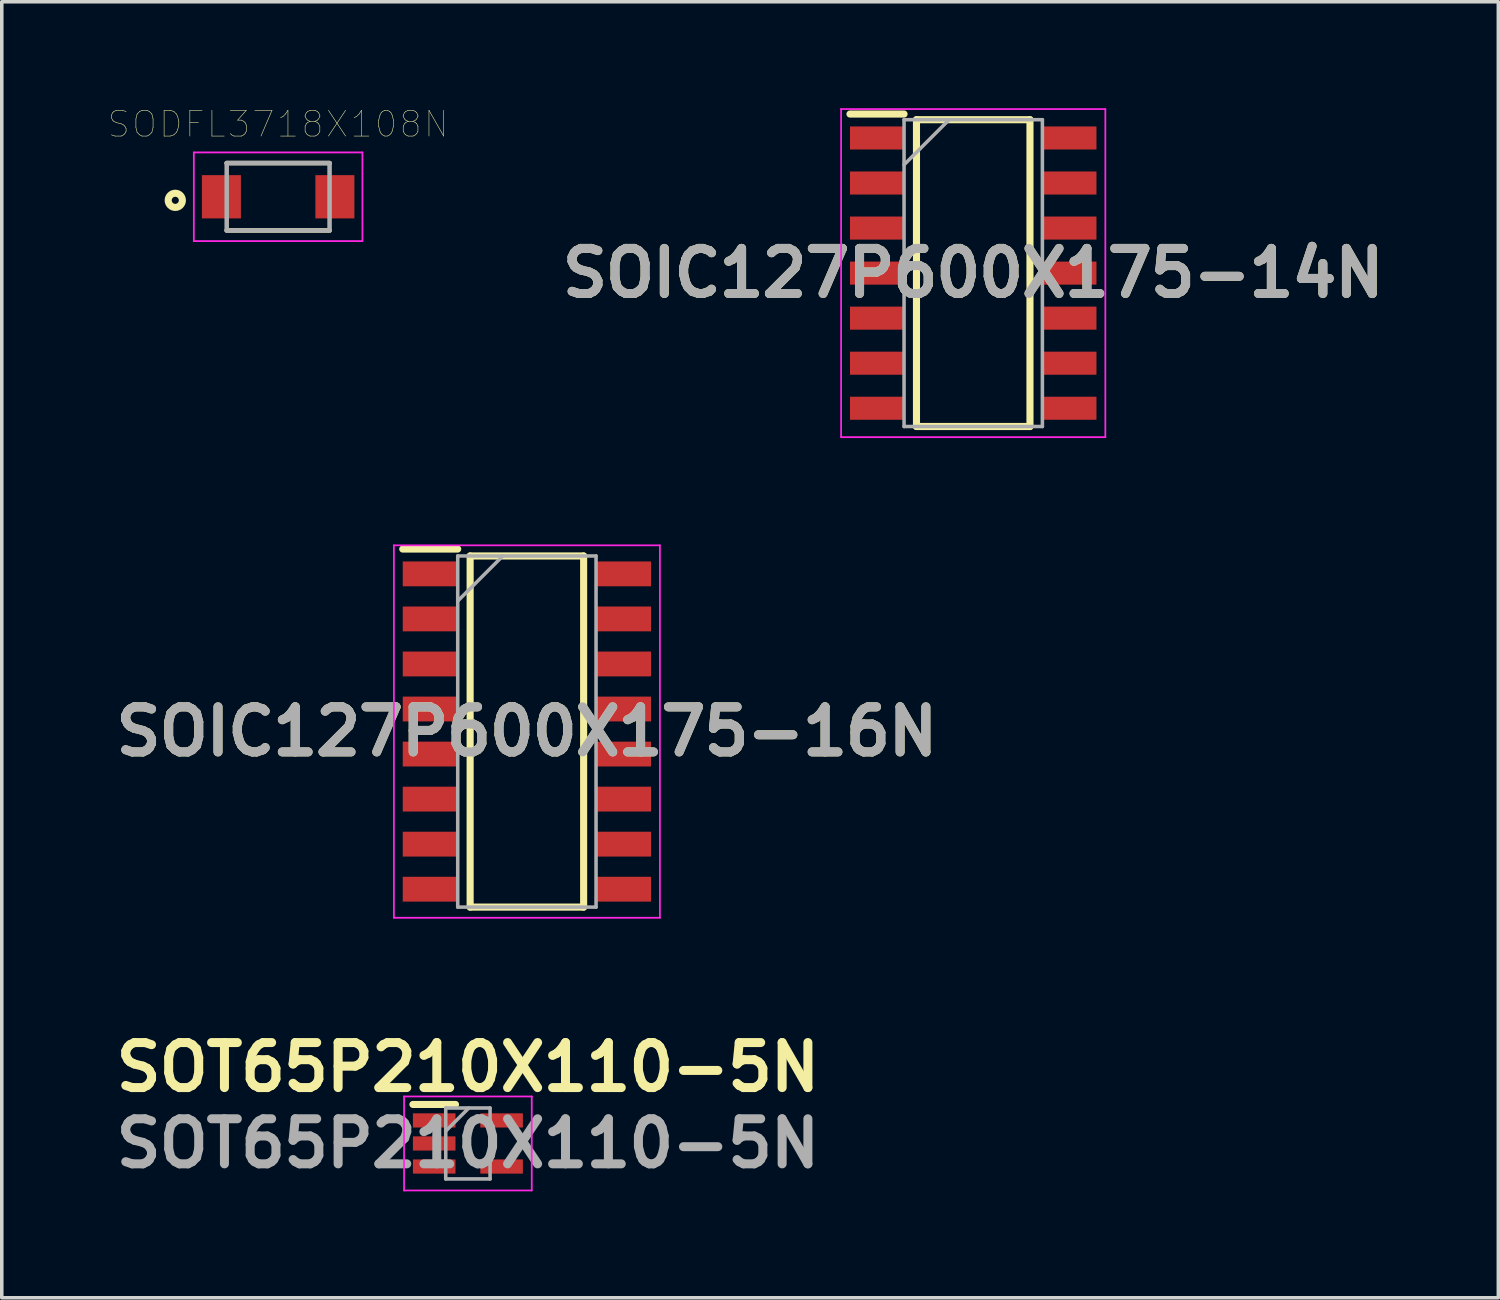
<source format=kicad_pcb>
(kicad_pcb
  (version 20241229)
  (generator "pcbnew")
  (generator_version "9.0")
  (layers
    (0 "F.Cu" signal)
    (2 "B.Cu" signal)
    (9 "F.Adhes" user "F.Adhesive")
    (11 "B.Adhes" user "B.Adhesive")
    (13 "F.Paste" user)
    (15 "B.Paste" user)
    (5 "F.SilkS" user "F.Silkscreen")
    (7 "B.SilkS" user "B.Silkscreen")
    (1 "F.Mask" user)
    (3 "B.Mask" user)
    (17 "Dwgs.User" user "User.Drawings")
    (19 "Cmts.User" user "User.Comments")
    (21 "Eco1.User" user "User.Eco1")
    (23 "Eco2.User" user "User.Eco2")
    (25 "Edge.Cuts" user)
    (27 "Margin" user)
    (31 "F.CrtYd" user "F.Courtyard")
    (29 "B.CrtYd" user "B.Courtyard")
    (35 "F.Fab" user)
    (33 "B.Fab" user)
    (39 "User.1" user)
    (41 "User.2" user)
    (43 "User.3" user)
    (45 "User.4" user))
  (footprint "SOIC127P600X175-16N"
    (layer "F.Cu")
    (at 11.805 17.575)
    (property "Reference" "SOIC127P600X175-16N" (at 0 0 0) (layer "F.SilkS") (effects (font (size 1.27 1.27) (thickness 0.254))))
    (attr smd)
    (fp_line (start -3.5 -5.145) (end -1.95 -5.145) (stroke (width 0.2) (type solid)) (layer "F.SilkS"))
    (fp_line (start -1.6 -4.95) (end 1.6 -4.95) (stroke (width 0.2) (type solid)) (layer "F.SilkS"))
    (fp_line (start -1.6 4.95) (end -1.6 -4.95) (stroke (width 0.2) (type solid)) (layer "F.SilkS"))
    (fp_line (start 1.6 -4.95) (end 1.6 4.95) (stroke (width 0.2) (type solid)) (layer "F.SilkS"))
    (fp_line (start 1.6 4.95) (end -1.6 4.95) (stroke (width 0.2) (type solid)) (layer "F.SilkS"))
    (fp_line (start -3.75 -5.25) (end 3.75 -5.25) (stroke (width 0.05) (type solid)) (layer "F.CrtYd"))
    (fp_line (start -3.75 5.25) (end -3.75 -5.25) (stroke (width 0.05) (type solid)) (layer "F.CrtYd"))
    (fp_line (start 3.75 -5.25) (end 3.75 5.25) (stroke (width 0.05) (type solid)) (layer "F.CrtYd"))
    (fp_line (start 3.75 5.25) (end -3.75 5.25) (stroke (width 0.05) (type solid)) (layer "F.CrtYd"))
    (fp_line (start -1.95 -4.95) (end 1.95 -4.95) (stroke (width 0.1) (type solid)) (layer "F.Fab"))
    (fp_line (start -1.95 -3.68) (end -0.68 -4.95) (stroke (width 0.1) (type solid)) (layer "F.Fab"))
    (fp_line (start -1.95 4.95) (end -1.95 -4.95) (stroke (width 0.1) (type solid)) (layer "F.Fab"))
    (fp_line (start 1.95 -4.95) (end 1.95 4.95) (stroke (width 0.1) (type solid)) (layer "F.Fab"))
    (fp_line (start 1.95 4.95) (end -1.95 4.95) (stroke (width 0.1) (type solid)) (layer "F.Fab"))
    (fp_text user "${REFERENCE}" (at 0 0 0) (layer "F.Fab") (effects (font (size 1.27 1.27) (thickness 0.254))))
    (pad "1" smd rect (at -2.725 -4.445 90) (size 0.7 1.55) (layers "F.Cu" "F.Mask" "F.Paste"))
    (pad "2" smd rect (at -2.725 -3.175 90) (size 0.7 1.55) (layers "F.Cu" "F.Mask" "F.Paste"))
    (pad "3" smd rect (at -2.725 -1.905 90) (size 0.7 1.55) (layers "F.Cu" "F.Mask" "F.Paste"))
    (pad "4" smd rect (at -2.725 -0.635 90) (size 0.7 1.55) (layers "F.Cu" "F.Mask" "F.Paste"))
    (pad "5" smd rect (at -2.725 0.635 90) (size 0.7 1.55) (layers "F.Cu" "F.Mask" "F.Paste"))
    (pad "6" smd rect (at -2.725 1.905 90) (size 0.7 1.55) (layers "F.Cu" "F.Mask" "F.Paste"))
    (pad "7" smd rect (at -2.725 3.175 90) (size 0.7 1.55) (layers "F.Cu" "F.Mask" "F.Paste"))
    (pad "8" smd rect (at -2.725 4.445 90) (size 0.7 1.55) (layers "F.Cu" "F.Mask" "F.Paste"))
    (pad "9" smd rect (at 2.725 4.445 90) (size 0.7 1.55) (layers "F.Cu" "F.Mask" "F.Paste"))
    (pad "10" smd rect (at 2.725 3.175 90) (size 0.7 1.55) (layers "F.Cu" "F.Mask" "F.Paste"))
    (pad "11" smd rect (at 2.725 1.905 90) (size 0.7 1.55) (layers "F.Cu" "F.Mask" "F.Paste"))
    (pad "12" smd rect (at 2.725 0.635 90) (size 0.7 1.55) (layers "F.Cu" "F.Mask" "F.Paste"))
    (pad "13" smd rect (at 2.725 -0.635 90) (size 0.7 1.55) (layers "F.Cu" "F.Mask" "F.Paste"))
    (pad "14" smd rect (at 2.725 -1.905 90) (size 0.7 1.55) (layers "F.Cu" "F.Mask" "F.Paste"))
    (pad "15" smd rect (at 2.725 -3.175 90) (size 0.7 1.55) (layers "F.Cu" "F.Mask" "F.Paste"))
    (pad "16" smd rect (at 2.725 -4.445 90) (size 0.7 1.55) (layers "F.Cu" "F.Mask" "F.Paste")))
  (footprint "SOT65P210X110-5N"
    (layer "F.Cu")
    (at 10.142 29.189)
    (property "Reference" "SOT65P210X110-5N" (at 0 -2.15 0) (layer "F.SilkS") (effects (font (size 1.27 1.27) (thickness 0.254))))
    (attr smd)
    (fp_line (start -1.55 -1.1) (end -0.35 -1.1) (stroke (width 0.2) (type solid)) (layer "F.SilkS"))
    (fp_line (start -1.8 -1.325) (end 1.8 -1.325) (stroke (width 0.05) (type solid)) (layer "F.CrtYd"))
    (fp_line (start -1.8 1.325) (end -1.8 -1.325) (stroke (width 0.05) (type solid)) (layer "F.CrtYd"))
    (fp_line (start 1.8 -1.325) (end 1.8 1.325) (stroke (width 0.05) (type solid)) (layer "F.CrtYd"))
    (fp_line (start 1.8 1.325) (end -1.8 1.325) (stroke (width 0.05) (type solid)) (layer "F.CrtYd"))
    (fp_line (start -0.625 -1) (end 0.625 -1) (stroke (width 0.1) (type solid)) (layer "F.Fab"))
    (fp_line (start -0.625 -0.35) (end 0.025 -1) (stroke (width 0.1) (type solid)) (layer "F.Fab"))
    (fp_line (start -0.625 1) (end -0.625 -1) (stroke (width 0.1) (type solid)) (layer "F.Fab"))
    (fp_line (start 0.625 -1) (end 0.625 1) (stroke (width 0.1) (type solid)) (layer "F.Fab"))
    (fp_line (start 0.625 1) (end -0.625 1) (stroke (width 0.1) (type solid)) (layer "F.Fab"))
    (fp_text user "${REFERENCE}" (at 0 0 0) (layer "F.Fab") (effects (font (size 1.27 1.27) (thickness 0.254))))
    (pad "1" smd rect (at -0.95 -0.65 90) (size 0.4 1.2) (layers "F.Cu" "F.Mask" "F.Paste"))
    (pad "2" smd rect (at -0.95 0 90) (size 0.4 1.2) (layers "F.Cu" "F.Mask" "F.Paste"))
    (pad "3" smd rect (at -0.95 0.65 90) (size 0.4 1.2) (layers "F.Cu" "F.Mask" "F.Paste"))
    (pad "4" smd rect (at 0.95 0.65 90) (size 0.4 1.2) (layers "F.Cu" "F.Mask" "F.Paste"))
    (pad "5" smd rect (at 0.95 -0.65 90) (size 0.4 1.2) (layers "F.Cu" "F.Mask" "F.Paste")))
  (footprint "SOIC127P600X175-14N"
    (layer "F.Cu")
    (at 24.389 4.65)
    (property "Reference" "SOIC127P600X175-14N" (at 0 0 0) (layer "F.SilkS") (effects (font (size 1.27 1.27) (thickness 0.254))))
    (attr smd)
    (fp_line (start -3.475 -4.485) (end -1.95 -4.485) (stroke (width 0.2) (type solid)) (layer "F.SilkS"))
    (fp_line (start -1.6 -4.325) (end 1.6 -4.325) (stroke (width 0.2) (type solid)) (layer "F.SilkS"))
    (fp_line (start -1.6 4.325) (end -1.6 -4.325) (stroke (width 0.2) (type solid)) (layer "F.SilkS"))
    (fp_line (start 1.6 -4.325) (end 1.6 4.325) (stroke (width 0.2) (type solid)) (layer "F.SilkS"))
    (fp_line (start 1.6 4.325) (end -1.6 4.325) (stroke (width 0.2) (type solid)) (layer "F.SilkS"))
    (fp_line (start -3.725 -4.625) (end 3.725 -4.625) (stroke (width 0.05) (type solid)) (layer "F.CrtYd"))
    (fp_line (start -3.725 4.625) (end -3.725 -4.625) (stroke (width 0.05) (type solid)) (layer "F.CrtYd"))
    (fp_line (start 3.725 -4.625) (end 3.725 4.625) (stroke (width 0.05) (type solid)) (layer "F.CrtYd"))
    (fp_line (start 3.725 4.625) (end -3.725 4.625) (stroke (width 0.05) (type solid)) (layer "F.CrtYd"))
    (fp_line (start -1.95 -4.325) (end 1.95 -4.325) (stroke (width 0.1) (type solid)) (layer "F.Fab"))
    (fp_line (start -1.95 -3.055) (end -0.68 -4.325) (stroke (width 0.1) (type solid)) (layer "F.Fab"))
    (fp_line (start -1.95 4.325) (end -1.95 -4.325) (stroke (width 0.1) (type solid)) (layer "F.Fab"))
    (fp_line (start 1.95 -4.325) (end 1.95 4.325) (stroke (width 0.1) (type solid)) (layer "F.Fab"))
    (fp_line (start 1.95 4.325) (end -1.95 4.325) (stroke (width 0.1) (type solid)) (layer "F.Fab"))
    (fp_text user "${REFERENCE}" (at 0 0 0) (layer "F.Fab") (effects (font (size 1.27 1.27) (thickness 0.254))))
    (pad "1" smd rect (at -2.712 -3.81 90) (size 0.65 1.525) (layers "F.Cu" "F.Mask" "F.Paste"))
    (pad "2" smd rect (at -2.712 -2.54 90) (size 0.65 1.525) (layers "F.Cu" "F.Mask" "F.Paste"))
    (pad "3" smd rect (at -2.712 -1.27 90) (size 0.65 1.525) (layers "F.Cu" "F.Mask" "F.Paste"))
    (pad "4" smd rect (at -2.712 0 90) (size 0.65 1.525) (layers "F.Cu" "F.Mask" "F.Paste"))
    (pad "5" smd rect (at -2.712 1.27 90) (size 0.65 1.525) (layers "F.Cu" "F.Mask" "F.Paste"))
    (pad "6" smd rect (at -2.712 2.54 90) (size 0.65 1.525) (layers "F.Cu" "F.Mask" "F.Paste"))
    (pad "7" smd rect (at -2.712 3.81 90) (size 0.65 1.525) (layers "F.Cu" "F.Mask" "F.Paste"))
    (pad "8" smd rect (at 2.712 3.81 90) (size 0.65 1.525) (layers "F.Cu" "F.Mask" "F.Paste"))
    (pad "9" smd rect (at 2.712 2.54 90) (size 0.65 1.525) (layers "F.Cu" "F.Mask" "F.Paste"))
    (pad "10" smd rect (at 2.712 1.27 90) (size 0.65 1.525) (layers "F.Cu" "F.Mask" "F.Paste"))
    (pad "11" smd rect (at 2.712 0 90) (size 0.65 1.525) (layers "F.Cu" "F.Mask" "F.Paste"))
    (pad "12" smd rect (at 2.712 -1.27 90) (size 0.65 1.525) (layers "F.Cu" "F.Mask" "F.Paste"))
    (pad "13" smd rect (at 2.712 -2.54 90) (size 0.65 1.525) (layers "F.Cu" "F.Mask" "F.Paste"))
    (pad "14" smd rect (at 2.712 -3.81 90) (size 0.65 1.525) (layers "F.Cu" "F.Mask" "F.Paste")))
  (footprint "SODFL3718X108N"
    (layer "F.Cu")
    (at 4.792 2.498)
    (property "Reference" "SODFL3718X108N" (at -0.00006 -2.047 0) (layer "F.SilkS") (effects (font (size 0.726 0.726) (thickness 0.015))))
    (attr through_hole)
    (fp_line (start -1.45 -0.95) (end 1.45 -0.95) (stroke (width 0.127) (type solid)) (layer "F.SilkS"))
    (fp_line (start 1.45 0.95) (end -1.45 0.95) (stroke (width 0.127) (type solid)) (layer "F.SilkS"))
    (fp_circle (center -2.9 0.1) (end -2.7 0.1) (stroke (width 0.2) (type solid)) (fill no) (layer "F.SilkS"))
    (fp_line (start -2.377 -1.25) (end -2.377 1.25) (stroke (width 0.05) (type solid)) (layer "F.CrtYd"))
    (fp_line (start -2.377 1.25) (end 2.377 1.25) (stroke (width 0.05) (type solid)) (layer "F.CrtYd"))
    (fp_line (start 2.377 -1.25) (end -2.377 -1.25) (stroke (width 0.05) (type solid)) (layer "F.CrtYd"))
    (fp_line (start 2.377 1.25) (end 2.377 -1.25) (stroke (width 0.05) (type solid)) (layer "F.CrtYd"))
    (fp_line (start -1.45 -0.95) (end 1.45 -0.95) (stroke (width 0.127) (type solid)) (layer "F.Fab"))
    (fp_line (start -1.45 0.95) (end -1.45 -0.95) (stroke (width 0.127) (type solid)) (layer "F.Fab"))
    (fp_line (start 1.45 -0.95) (end 1.45 0.95) (stroke (width 0.127) (type solid)) (layer "F.Fab"))
    (fp_line (start 1.45 0.95) (end -1.45 0.95) (stroke (width 0.127) (type solid)) (layer "F.Fab"))
    (pad "A" smd rect (at 1.6 0) (size 1.1 1.22) (layers "F.Cu" "F.Mask" "F.Paste"))
    (pad "C" smd rect (at -1.6 0) (size 1.1 1.22) (layers "F.Cu" "F.Mask" "F.Paste")))
  (gr_rect
    (start -3 -3)
    (end 39.194 33.539)
    (stroke (width 0.1) (type default))
    (fill no)
    (layer "Edge.Cuts")))
</source>
